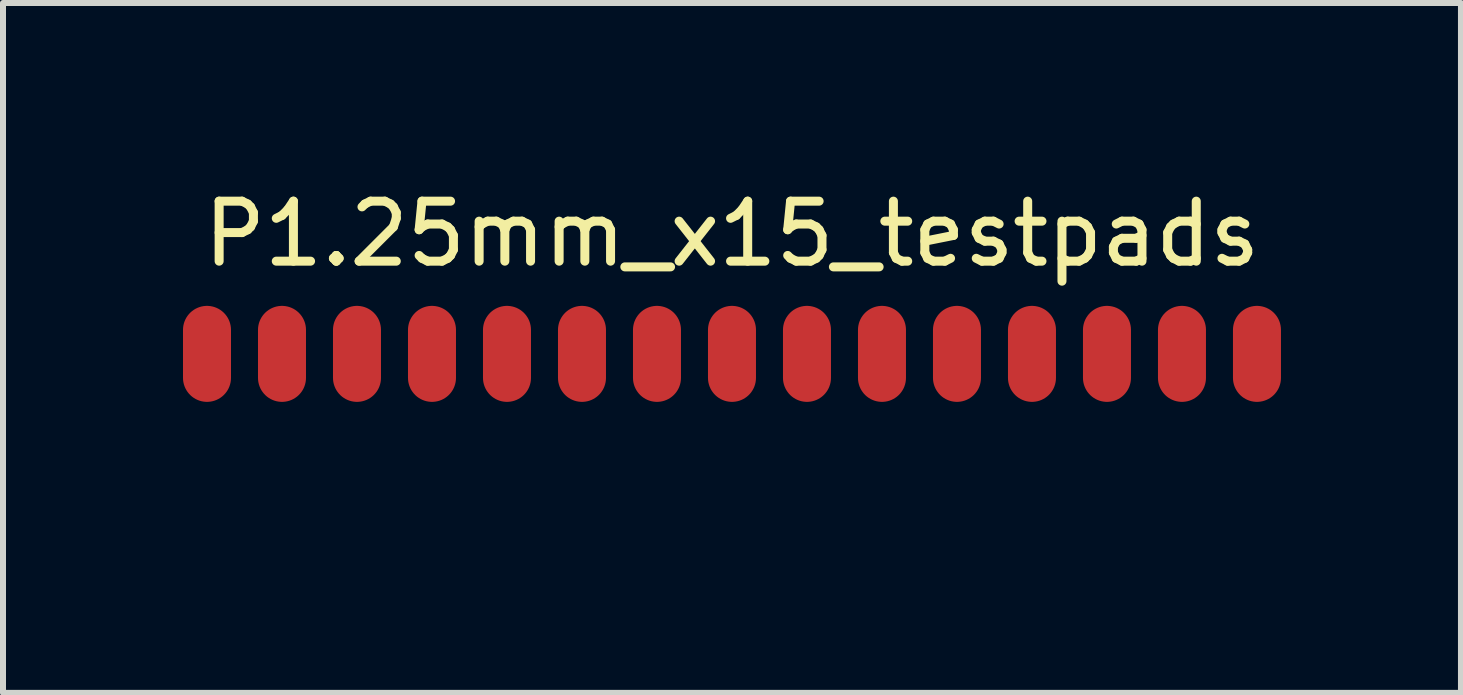
<source format=kicad_pcb>
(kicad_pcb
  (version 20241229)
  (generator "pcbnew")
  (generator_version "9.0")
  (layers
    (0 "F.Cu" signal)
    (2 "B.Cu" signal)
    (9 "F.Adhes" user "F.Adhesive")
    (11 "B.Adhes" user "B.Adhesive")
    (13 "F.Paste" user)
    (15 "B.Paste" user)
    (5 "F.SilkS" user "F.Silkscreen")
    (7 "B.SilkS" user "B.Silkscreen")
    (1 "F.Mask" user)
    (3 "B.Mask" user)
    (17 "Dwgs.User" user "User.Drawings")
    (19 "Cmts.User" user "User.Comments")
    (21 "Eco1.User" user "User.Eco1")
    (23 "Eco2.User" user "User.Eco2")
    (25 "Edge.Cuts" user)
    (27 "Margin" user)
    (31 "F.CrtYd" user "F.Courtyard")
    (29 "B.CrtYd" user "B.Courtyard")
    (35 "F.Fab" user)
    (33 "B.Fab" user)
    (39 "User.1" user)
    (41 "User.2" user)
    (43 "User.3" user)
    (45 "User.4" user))
  (footprint "P1.25mm_x15_testpads"
    (layer "F.Cu")
    (at 9.15 5.248)
    (property "Reference" "P1.25mm_x15_testpads" (at 0 -4.4 0) (layer "F.SilkS") (effects (font (size 1 1) (thickness 0.15))))
    (attr smd)
    (pad "1" smd oval (at -8.75 -2.4) (size 0.8 1.6) (layers "F.Cu" "F.Mask" "F.Paste"))
    (pad "2" smd oval (at -7.5 -2.4) (size 0.8 1.6) (layers "F.Cu" "F.Mask" "F.Paste"))
    (pad "3" smd oval (at -6.25 -2.4) (size 0.8 1.6) (layers "F.Cu" "F.Mask" "F.Paste"))
    (pad "4" smd oval (at -5 -2.4) (size 0.8 1.6) (layers "F.Cu" "F.Mask" "F.Paste"))
    (pad "5" smd oval (at -3.75 -2.4) (size 0.8 1.6) (layers "F.Cu" "F.Mask" "F.Paste"))
    (pad "6" smd oval (at -2.5 -2.4) (size 0.8 1.6) (layers "F.Cu" "F.Mask" "F.Paste"))
    (pad "7" smd oval (at -1.25 -2.4) (size 0.8 1.6) (layers "F.Cu" "F.Mask" "F.Paste"))
    (pad "8" smd oval (at 0 -2.4) (size 0.8 1.6) (layers "F.Cu" "F.Mask" "F.Paste"))
    (pad "9" smd oval (at 1.25 -2.4) (size 0.8 1.6) (layers "F.Cu" "F.Mask" "F.Paste"))
    (pad "10" smd oval (at 2.5 -2.4) (size 0.8 1.6) (layers "F.Cu" "F.Mask" "F.Paste"))
    (pad "11" smd oval (at 3.75 -2.4) (size 0.8 1.6) (layers "F.Cu" "F.Mask" "F.Paste"))
    (pad "12" smd oval (at 5 -2.4) (size 0.8 1.6) (layers "F.Cu" "F.Mask" "F.Paste"))
    (pad "13" smd oval (at 6.25 -2.4) (size 0.8 1.6) (layers "F.Cu" "F.Mask" "F.Paste"))
    (pad "14" smd oval (at 7.5 -2.4) (size 0.8 1.6) (layers "F.Cu" "F.Mask" "F.Paste"))
    (pad "15" smd oval (at 8.75 -2.4) (size 0.8 1.6) (layers "F.Cu" "F.Mask" "F.Paste")))
  (gr_rect
    (start -3 -3)
    (end 21.3 8.498)
    (stroke (width 0.1) (type default))
    (fill no)
    (layer "Edge.Cuts")))
</source>
